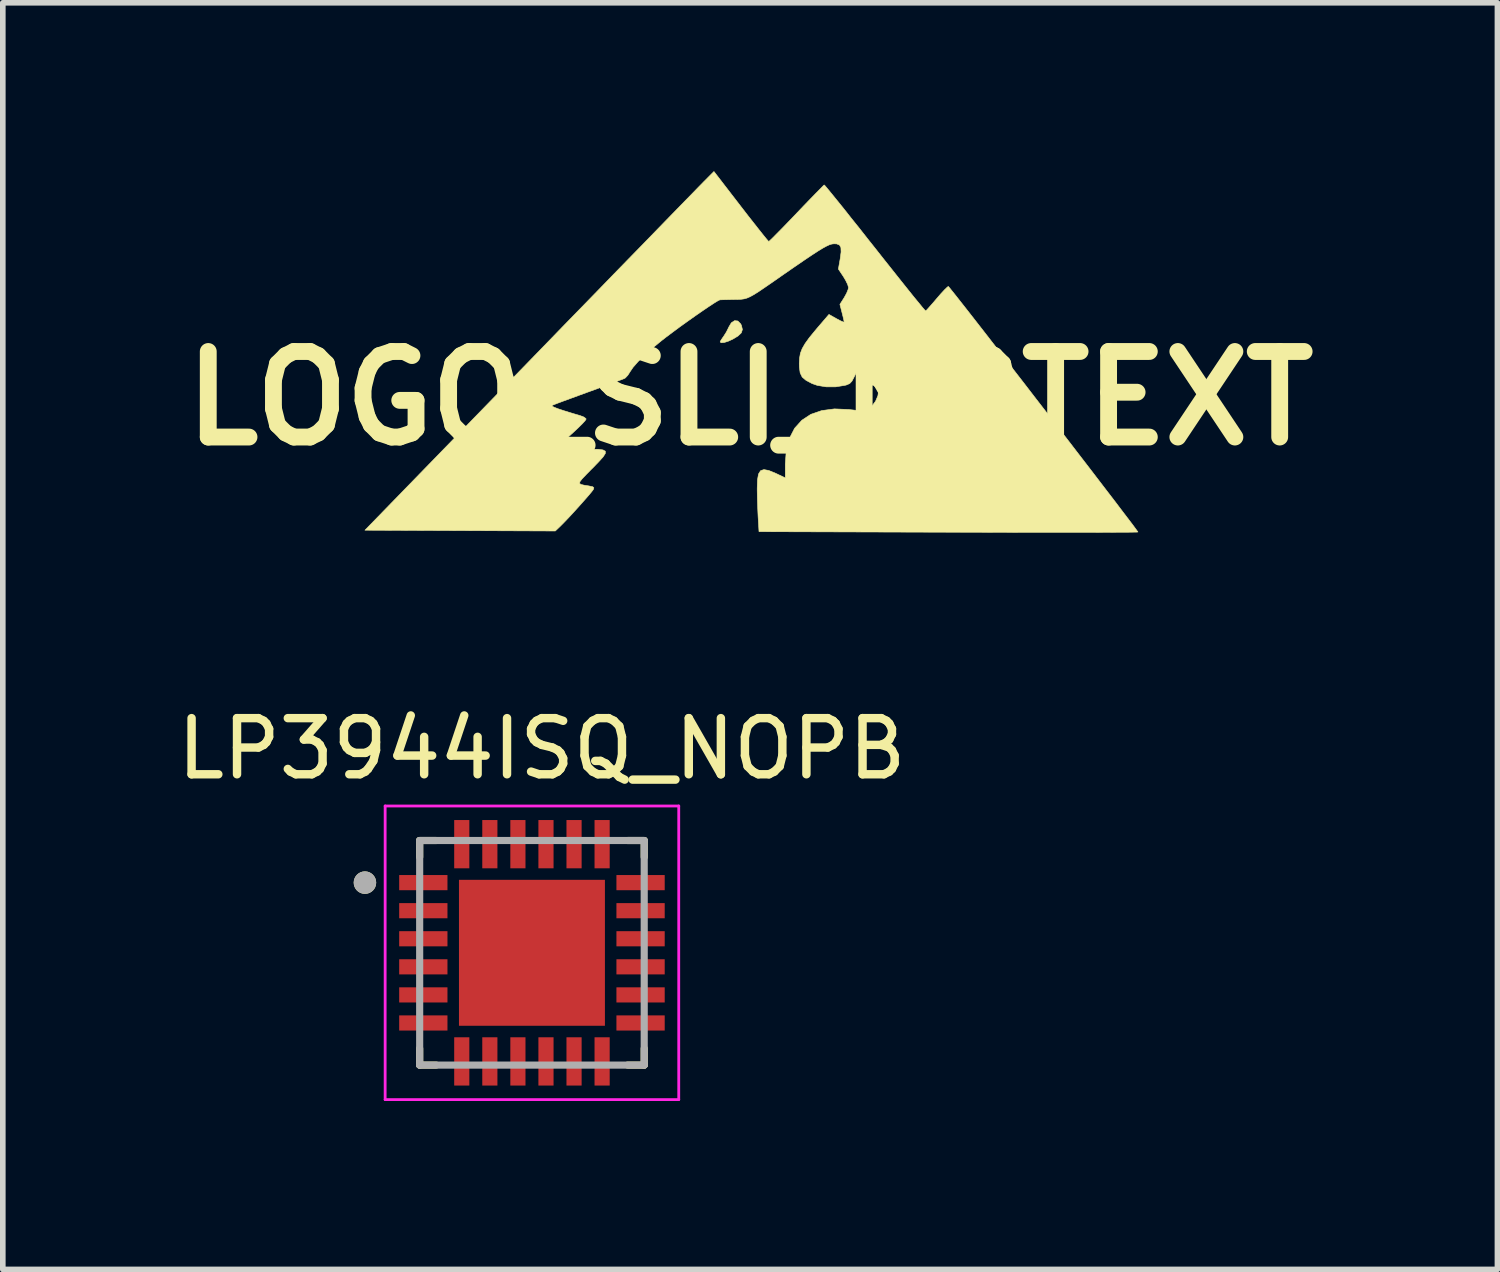
<source format=kicad_pcb>
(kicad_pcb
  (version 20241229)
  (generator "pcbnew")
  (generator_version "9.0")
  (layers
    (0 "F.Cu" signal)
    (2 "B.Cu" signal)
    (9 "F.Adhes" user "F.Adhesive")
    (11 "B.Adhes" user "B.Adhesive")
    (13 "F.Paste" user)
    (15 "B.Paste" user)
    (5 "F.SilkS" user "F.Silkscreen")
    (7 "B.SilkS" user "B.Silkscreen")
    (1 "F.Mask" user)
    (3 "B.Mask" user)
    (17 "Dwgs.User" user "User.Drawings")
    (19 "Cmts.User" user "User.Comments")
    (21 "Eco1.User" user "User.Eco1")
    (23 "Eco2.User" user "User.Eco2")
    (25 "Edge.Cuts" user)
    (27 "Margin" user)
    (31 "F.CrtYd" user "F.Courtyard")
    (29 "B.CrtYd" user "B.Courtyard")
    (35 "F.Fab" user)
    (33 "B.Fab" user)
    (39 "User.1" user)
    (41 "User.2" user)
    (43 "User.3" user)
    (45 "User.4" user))
  (footprint "LP3944ISQ_NOPB"
    (layer "F.Cu")
    (at 6.426 13.923)
    (property "Reference" "LP3944ISQ_NOPB" (at 0.175 -3.635 0) (layer "F.SilkS") (effects (font (size 1 1) (thickness 0.15))))
    (attr through_hole)
    (fp_line (start -2 -2) (end -2 -1.705) (stroke (width 0.127) (type solid)) (layer "F.SilkS"))
    (fp_line (start -2 -2) (end -1.705 -2) (stroke (width 0.127) (type solid)) (layer "F.SilkS"))
    (fp_line (start -2 2) (end -2 1.705) (stroke (width 0.127) (type solid)) (layer "F.SilkS"))
    (fp_line (start -2 2) (end -1.705 2) (stroke (width 0.127) (type solid)) (layer "F.SilkS"))
    (fp_line (start 2 -2) (end 1.705 -2) (stroke (width 0.127) (type solid)) (layer "F.SilkS"))
    (fp_line (start 2 -2) (end 2 -1.705) (stroke (width 0.127) (type solid)) (layer "F.SilkS"))
    (fp_line (start 2 2) (end 1.705 2) (stroke (width 0.127) (type solid)) (layer "F.SilkS"))
    (fp_line (start 2 2) (end 2 1.705) (stroke (width 0.127) (type solid)) (layer "F.SilkS"))
    (fp_circle (center -2.975 -1.25) (end -2.875 -1.25) (stroke (width 0.2) (type solid)) (fill no) (layer "F.SilkS"))
    (fp_poly (pts (xy -0.82 -0.82) (xy 0.82 -0.82) (xy 0.82 0.82) (xy -0.82 0.82)) (stroke (width 0.01) (type solid)) (fill yes) (layer "F.Paste"))
    (fp_line (start -2.615 -2.615) (end 2.615 -2.615) (stroke (width 0.05) (type solid)) (layer "F.CrtYd"))
    (fp_line (start -2.615 2.615) (end -2.615 -2.615) (stroke (width 0.05) (type solid)) (layer "F.CrtYd"))
    (fp_line (start -2.615 2.615) (end 2.615 2.615) (stroke (width 0.05) (type solid)) (layer "F.CrtYd"))
    (fp_line (start 2.615 2.615) (end 2.615 -2.615) (stroke (width 0.05) (type solid)) (layer "F.CrtYd"))
    (fp_line (start -2 2) (end -2 -2) (stroke (width 0.127) (type solid)) (layer "F.Fab"))
    (fp_line (start 2 -2) (end -2 -2) (stroke (width 0.127) (type solid)) (layer "F.Fab"))
    (fp_line (start 2 2) (end -2 2) (stroke (width 0.127) (type solid)) (layer "F.Fab"))
    (fp_line (start 2 2) (end 2 -2) (stroke (width 0.127) (type solid)) (layer "F.Fab"))
    (fp_circle (center -2.975 -1.25) (end -2.875 -1.25) (stroke (width 0.2) (type solid)) (fill no) (layer "F.Fab"))
    (pad "1" smd rect (at -1.935 -1.25) (size 0.86 0.27) (layers "F.Cu" "F.Mask" "F.Paste"))
    (pad "2" smd rect (at -1.935 -0.75) (size 0.86 0.27) (layers "F.Cu" "F.Mask" "F.Paste"))
    (pad "3" smd rect (at -1.935 -0.25) (size 0.86 0.27) (layers "F.Cu" "F.Mask" "F.Paste"))
    (pad "4" smd rect (at -1.935 0.25) (size 0.86 0.27) (layers "F.Cu" "F.Mask" "F.Paste"))
    (pad "5" smd rect (at -1.935 0.75) (size 0.86 0.27) (layers "F.Cu" "F.Mask" "F.Paste"))
    (pad "6" smd rect (at -1.935 1.25) (size 0.86 0.27) (layers "F.Cu" "F.Mask" "F.Paste"))
    (pad "7" smd rect (at -1.25 1.935) (size 0.27 0.86) (layers "F.Cu" "F.Mask" "F.Paste"))
    (pad "8" smd rect (at -0.75 1.935) (size 0.27 0.86) (layers "F.Cu" "F.Mask" "F.Paste"))
    (pad "9" smd rect (at -0.25 1.935) (size 0.27 0.86) (layers "F.Cu" "F.Mask" "F.Paste"))
    (pad "10" smd rect (at 0.25 1.935) (size 0.27 0.86) (layers "F.Cu" "F.Mask" "F.Paste"))
    (pad "11" smd rect (at 0.75 1.935) (size 0.27 0.86) (layers "F.Cu" "F.Mask" "F.Paste"))
    (pad "12" smd rect (at 1.25 1.935) (size 0.27 0.86) (layers "F.Cu" "F.Mask" "F.Paste"))
    (pad "13" smd rect (at 1.935 1.25) (size 0.86 0.27) (layers "F.Cu" "F.Mask" "F.Paste"))
    (pad "14" smd rect (at 1.935 0.75) (size 0.86 0.27) (layers "F.Cu" "F.Mask" "F.Paste"))
    (pad "15" smd rect (at 1.935 0.25) (size 0.86 0.27) (layers "F.Cu" "F.Mask" "F.Paste"))
    (pad "16" smd rect (at 1.935 -0.25) (size 0.86 0.27) (layers "F.Cu" "F.Mask" "F.Paste"))
    (pad "17" smd rect (at 1.935 -0.75) (size 0.86 0.27) (layers "F.Cu" "F.Mask" "F.Paste"))
    (pad "18" smd rect (at 1.935 -1.25) (size 0.86 0.27) (layers "F.Cu" "F.Mask" "F.Paste"))
    (pad "19" smd rect (at 1.25 -1.935) (size 0.27 0.86) (layers "F.Cu" "F.Mask" "F.Paste"))
    (pad "20" smd rect (at 0.75 -1.935) (size 0.27 0.86) (layers "F.Cu" "F.Mask" "F.Paste"))
    (pad "21" smd rect (at 0.25 -1.935) (size 0.27 0.86) (layers "F.Cu" "F.Mask" "F.Paste"))
    (pad "22" smd rect (at -0.25 -1.935) (size 0.27 0.86) (layers "F.Cu" "F.Mask" "F.Paste"))
    (pad "23" smd rect (at -0.75 -1.935) (size 0.27 0.86) (layers "F.Cu" "F.Mask" "F.Paste"))
    (pad "24" smd rect (at -1.25 -1.935) (size 0.27 0.86) (layers "F.Cu" "F.Mask" "F.Paste"))
    (pad "25" smd rect (at 0 0) (size 2.6 2.6) (layers "F.Cu" "F.Mask")))
  (footprint "LOGO_SLI_NOTEXT"
    (layer "F.Cu")
    (at 10.312 4.046)
    (property "Reference" "LOGO_SLI_NOTEXT" (at 0 0 0) (layer "F.SilkS") (effects (font (size 1.524 1.524) (thickness 0.3))))
    (attr through_hole)
    (fp_poly (pts (xy -0.218 -1.378) (xy -0.167 -1.326) (xy -0.153 -1.296) (xy -0.137 -1.226) (xy -0.156 -1.167) (xy -0.216 -1.11) (xy -0.3 -1.059) (xy -0.385 -1.019) (xy -0.46 -0.995) (xy -0.514 -0.99) (xy -0.533 -1.005) (xy -0.52 -1.033) (xy -0.486 -1.084) (xy -0.474 -1.1) (xy -0.424 -1.179) (xy -0.384 -1.259) (xy -0.382 -1.265) (xy -0.334 -1.346) (xy -0.276 -1.384) (xy -0.218 -1.378)) (stroke (width 0.01) (type solid)) (fill yes) (layer "F.SilkS"))
    (fp_poly (pts (xy -0.164 -3.418) (xy -0.045 -3.264) (xy 0.065 -3.124) (xy 0.161 -3.002) (xy 0.239 -2.904) (xy 0.296 -2.834) (xy 0.328 -2.798) (xy 0.333 -2.794) (xy 0.354 -2.812) (xy 0.405 -2.861) (xy 0.482 -2.939) (xy 0.58 -3.038) (xy 0.694 -3.156) (xy 0.82 -3.287) (xy 0.828 -3.296) (xy 0.954 -3.428) (xy 1.069 -3.547) (xy 1.168 -3.649) (xy 1.246 -3.728) (xy 1.298 -3.781) (xy 1.32 -3.802) (xy 1.32 -3.802) (xy 1.338 -3.784) (xy 1.384 -3.729) (xy 1.456 -3.641) (xy 1.551 -3.524) (xy 1.666 -3.382) (xy 1.797 -3.216) (xy 1.944 -3.033) (xy 2.101 -2.833) (xy 2.223 -2.68) (xy 2.387 -2.472) (xy 2.542 -2.277) (xy 2.685 -2.097) (xy 2.812 -1.938) (xy 2.922 -1.801) (xy 3.012 -1.692) (xy 3.077 -1.612) (xy 3.117 -1.567) (xy 3.127 -1.557) (xy 3.149 -1.577) (xy 3.196 -1.629) (xy 3.261 -1.703) (xy 3.325 -1.778) (xy 3.4 -1.865) (xy 3.465 -1.935) (xy 3.512 -1.98) (xy 3.531 -1.994) (xy 3.549 -1.974) (xy 3.595 -1.917) (xy 3.667 -1.827) (xy 3.763 -1.705) (xy 3.88 -1.556) (xy 4.016 -1.382) (xy 4.168 -1.187) (xy 4.334 -0.973) (xy 4.511 -0.745) (xy 4.697 -0.505) (xy 4.89 -0.256) (xy 5.086 -0.001) (xy 5.285 0.256) (xy 5.482 0.512) (xy 5.677 0.764) (xy 5.865 1.009) (xy 6.046 1.244) (xy 6.216 1.466) (xy 6.373 1.671) (xy 6.515 1.856) (xy 6.638 2.019) (xy 6.742 2.155) (xy 6.823 2.262) (xy 6.878 2.337) (xy 6.906 2.376) (xy 6.909 2.381) (xy 6.884 2.383) (xy 6.811 2.384) (xy 6.693 2.386) (xy 6.534 2.386) (xy 6.335 2.387) (xy 6.101 2.388) (xy 5.833 2.388) (xy 5.535 2.388) (xy 5.21 2.388) (xy 4.861 2.388) (xy 4.49 2.387) (xy 4.101 2.386) (xy 3.696 2.385) (xy 3.534 2.385) (xy 0.159 2.375) (xy 0.143 2.111) (xy 0.136 1.962) (xy 0.13 1.796) (xy 0.127 1.642) (xy 0.127 1.598) (xy 0.132 1.45) (xy 0.15 1.348) (xy 0.187 1.289) (xy 0.246 1.269) (xy 0.333 1.285) (xy 0.452 1.334) (xy 0.472 1.343) (xy 0.627 1.417) (xy 0.627 1.172) (xy 0.645 0.925) (xy 0.701 0.712) (xy 0.793 0.533) (xy 0.921 0.391) (xy 1.082 0.285) (xy 1.276 0.218) (xy 1.503 0.188) (xy 1.759 0.199) (xy 1.784 0.202) (xy 1.901 0.215) (xy 1.982 0.217) (xy 2.043 0.21) (xy 2.093 0.193) (xy 2.17 0.138) (xy 2.235 0.051) (xy 2.277 -0.048) (xy 2.286 -0.112) (xy 2.263 -0.179) (xy 2.203 -0.229) (xy 2.121 -0.253) (xy 2.105 -0.254) (xy 2.062 -0.261) (xy 2.032 -0.289) (xy 2.003 -0.35) (xy 1.991 -0.381) (xy 1.963 -0.452) (xy 1.94 -0.498) (xy 1.93 -0.508) (xy 1.911 -0.487) (xy 1.88 -0.433) (xy 1.855 -0.383) (xy 1.815 -0.307) (xy 1.775 -0.264) (xy 1.718 -0.239) (xy 1.687 -0.231) (xy 1.524 -0.205) (xy 1.356 -0.205) (xy 1.2 -0.23) (xy 1.105 -0.263) (xy 0.996 -0.321) (xy 0.928 -0.379) (xy 0.892 -0.453) (xy 0.878 -0.554) (xy 0.876 -0.619) (xy 0.881 -0.716) (xy 0.896 -0.802) (xy 0.928 -0.886) (xy 0.98 -0.976) (xy 1.056 -1.082) (xy 1.163 -1.212) (xy 1.205 -1.262) (xy 1.405 -1.495) (xy 1.541 -1.418) (xy 1.611 -1.381) (xy 1.66 -1.36) (xy 1.676 -1.359) (xy 1.67 -1.392) (xy 1.655 -1.457) (xy 1.638 -1.525) (xy 1.6 -1.674) (xy 1.676 -1.794) (xy 1.719 -1.872) (xy 1.747 -1.942) (xy 1.753 -1.974) (xy 1.739 -2.026) (xy 1.703 -2.1) (xy 1.663 -2.168) (xy 1.573 -2.303) (xy 1.605 -2.486) (xy 1.621 -2.607) (xy 1.618 -2.686) (xy 1.592 -2.732) (xy 1.541 -2.752) (xy 1.493 -2.753) (xy 1.458 -2.749) (xy 1.416 -2.737) (xy 1.364 -2.713) (xy 1.296 -2.676) (xy 1.209 -2.623) (xy 1.097 -2.55) (xy 0.957 -2.456) (xy 0.785 -2.338) (xy 0.584 -2.199) (xy 0.408 -2.076) (xy 0.267 -1.979) (xy 0.157 -1.904) (xy 0.07 -1.849) (xy 0.001 -1.811) (xy -0.056 -1.786) (xy -0.106 -1.772) (xy -0.157 -1.765) (xy -0.214 -1.762) (xy -0.279 -1.761) (xy -0.384 -1.759) (xy -0.472 -1.757) (xy -0.528 -1.755) (xy -0.537 -1.755) (xy -0.57 -1.74) (xy -0.637 -1.699) (xy -0.732 -1.637) (xy -0.847 -1.559) (xy -0.977 -1.469) (xy -1.114 -1.372) (xy -1.252 -1.273) (xy -1.384 -1.175) (xy -1.504 -1.085) (xy -1.582 -1.024) (xy -1.74 -0.894) (xy -1.88 -0.768) (xy -1.998 -0.652) (xy -2.085 -0.552) (xy -2.136 -0.477) (xy -2.178 -0.411) (xy -2.222 -0.364) (xy -2.231 -0.358) (xy -2.267 -0.342) (xy -2.344 -0.313) (xy -2.455 -0.271) (xy -2.592 -0.22) (xy -2.749 -0.162) (xy -2.885 -0.113) (xy -3.052 -0.052) (xy -3.204 0.004) (xy -3.335 0.052) (xy -3.437 0.09) (xy -3.503 0.116) (xy -3.527 0.126) (xy -3.527 0.138) (xy -3.494 0.157) (xy -3.423 0.185) (xy -3.311 0.222) (xy -3.155 0.27) (xy -3.029 0.307) (xy -2.964 0.332) (xy -2.925 0.36) (xy -2.921 0.37) (xy -2.939 0.398) (xy -2.988 0.452) (xy -3.062 0.525) (xy -3.154 0.611) (xy -3.185 0.639) (xy -3.281 0.726) (xy -3.362 0.802) (xy -3.42 0.859) (xy -3.45 0.891) (xy -3.452 0.896) (xy -3.429 0.901) (xy -3.363 0.906) (xy -3.263 0.909) (xy -3.136 0.909) (xy -3.017 0.908) (xy -2.837 0.906) (xy -2.705 0.908) (xy -2.62 0.919) (xy -2.578 0.942) (xy -2.579 0.982) (xy -2.618 1.043) (xy -2.695 1.128) (xy -2.806 1.243) (xy -2.821 1.257) (xy -2.924 1.362) (xy -2.994 1.436) (xy -3.032 1.485) (xy -3.037 1.516) (xy -3.012 1.534) (xy -2.957 1.547) (xy -2.873 1.56) (xy -2.864 1.562) (xy -2.803 1.575) (xy -2.783 1.593) (xy -2.793 1.625) (xy -2.82 1.661) (xy -2.874 1.726) (xy -2.949 1.812) (xy -3.036 1.91) (xy -3.129 2.013) (xy -3.22 2.112) (xy -3.303 2.199) (xy -3.369 2.266) (xy -3.383 2.28) (xy -3.47 2.363) (xy -5.165 2.356) (xy -6.861 2.349) (xy -3.936 -0.66) (xy -3.614 -0.992) (xy -3.3 -1.316) (xy -2.995 -1.629) (xy -2.702 -1.93) (xy -2.423 -2.218) (xy -2.159 -2.489) (xy -1.913 -2.741) (xy -1.687 -2.974) (xy -1.483 -3.184) (xy -1.302 -3.37) (xy -1.147 -3.529) (xy -1.02 -3.659) (xy -0.923 -3.759) (xy -0.857 -3.826) (xy -0.828 -3.856) (xy -0.644 -4.041) (xy -0.164 -3.418)) (stroke (width 0.01) (type solid)) (fill yes) (layer "F.SilkS")))
  (gr_rect
    (start -3 -3)
    (end 23.625 19.563)
    (stroke (width 0.1) (type default))
    (fill no)
    (layer "Edge.Cuts")))
</source>
